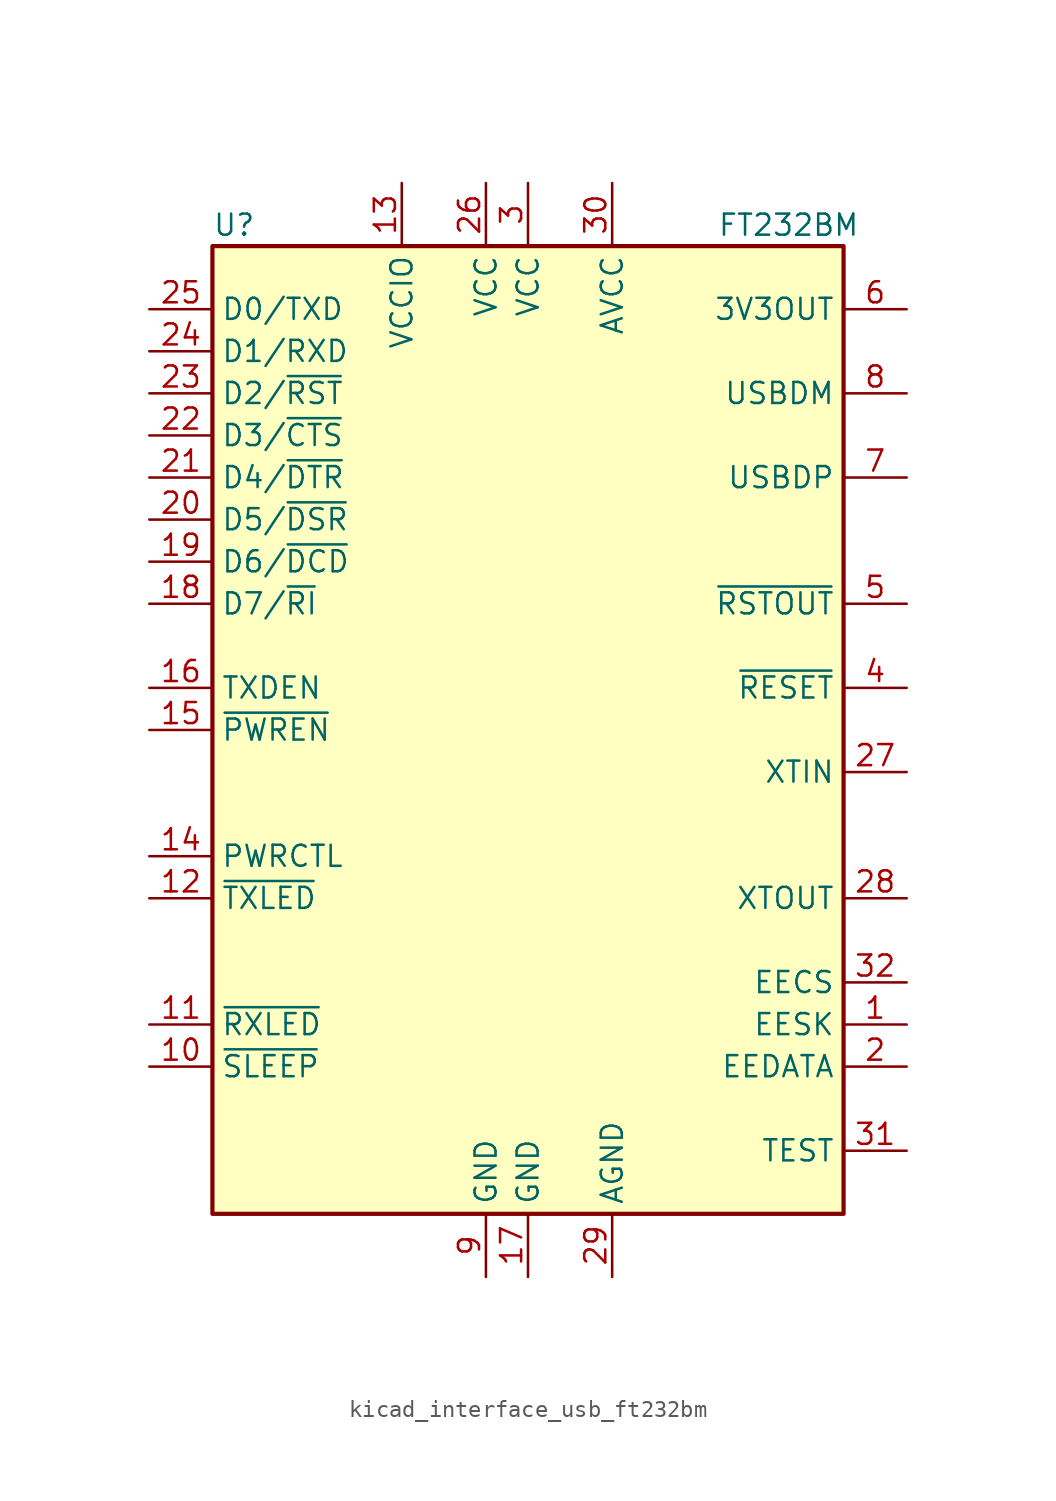
<source format=kicad_sym>
(kicad_symbol_lib
  (version 20220914)
  (generator kicad_symbol_editor)
  (symbol "kicad_interface_usb_ft232bm"
    (property "Reference" "U"
      (at -19.05 30.48 0)
      (effects (font (size 1.27 1.27)) (justify left)))
    (property "Value" "FT232BM"
      (at 11.43 30.48 0)
      (effects (font (size 1.27 1.27)) (justify left)))
    (symbol "kicad_interface_usb_ft232bm_0_1"
      (rectangle (start -19.05 29.21) (end 19.05 -29.21) (stroke (width 0.254) (type default)) (fill (type background))))
    (symbol "kicad_interface_usb_ft232bm_1_1"
      (pin output line (at 22.86 -17.78 180) (length 3.81) (name "EESK" (effects (font (size 1.27 1.27)))) (number "1" (effects (font (size 1.27 1.27)))))
      (pin output line (at -22.86 -20.32 0) (length 3.81) (name "~{SLEEP}" (effects (font (size 1.27 1.27)))) (number "10" (effects (font (size 1.27 1.27)))))
      (pin open_collector line (at -22.86 -17.78 0) (length 3.81) (name "~{RXLED}" (effects (font (size 1.27 1.27)))) (number "11" (effects (font (size 1.27 1.27)))))
      (pin open_collector line (at -22.86 -10.16 0) (length 3.81) (name "~{TXLED}" (effects (font (size 1.27 1.27)))) (number "12" (effects (font (size 1.27 1.27)))))
      (pin power_in line (at -7.62 33.02 270) (length 3.81) (name "VCCIO" (effects (font (size 1.27 1.27)))) (number "13" (effects (font (size 1.27 1.27)))))
      (pin input line (at -22.86 -7.62 0) (length 3.81) (name "PWRCTL" (effects (font (size 1.27 1.27)))) (number "14" (effects (font (size 1.27 1.27)))))
      (pin output line (at -22.86 0 0) (length 3.81) (name "~{PWREN}" (effects (font (size 1.27 1.27)))) (number "15" (effects (font (size 1.27 1.27)))))
      (pin output line (at -22.86 2.54 0) (length 3.81) (name "TXDEN" (effects (font (size 1.27 1.27)))) (number "16" (effects (font (size 1.27 1.27)))))
      (pin power_in line (at 0 -33.02 90) (length 3.81) (name "GND" (effects (font (size 1.27 1.27)))) (number "17" (effects (font (size 1.27 1.27)))))
      (pin bidirectional line (at -22.86 7.62 0) (length 3.81) (name "D7/~{RI}" (effects (font (size 1.27 1.27)))) (number "18" (effects (font (size 1.27 1.27)))))
      (pin bidirectional line (at -22.86 10.16 0) (length 3.81) (name "D6/~{DCD}" (effects (font (size 1.27 1.27)))) (number "19" (effects (font (size 1.27 1.27)))))
      (pin bidirectional line (at 22.86 -20.32 180) (length 3.81) (name "EEDATA" (effects (font (size 1.27 1.27)))) (number "2" (effects (font (size 1.27 1.27)))))
      (pin bidirectional line (at -22.86 12.7 0) (length 3.81) (name "D5/~{DSR}" (effects (font (size 1.27 1.27)))) (number "20" (effects (font (size 1.27 1.27)))))
      (pin bidirectional line (at -22.86 15.24 0) (length 3.81) (name "D4/~{DTR}" (effects (font (size 1.27 1.27)))) (number "21" (effects (font (size 1.27 1.27)))))
      (pin bidirectional line (at -22.86 17.78 0) (length 3.81) (name "D3/~{CTS}" (effects (font (size 1.27 1.27)))) (number "22" (effects (font (size 1.27 1.27)))))
      (pin bidirectional line (at -22.86 20.32 0) (length 3.81) (name "D2/~{RST}" (effects (font (size 1.27 1.27)))) (number "23" (effects (font (size 1.27 1.27)))))
      (pin bidirectional line (at -22.86 22.86 0) (length 3.81) (name "D1/RXD" (effects (font (size 1.27 1.27)))) (number "24" (effects (font (size 1.27 1.27)))))
      (pin bidirectional line (at -22.86 25.4 0) (length 3.81) (name "D0/TXD" (effects (font (size 1.27 1.27)))) (number "25" (effects (font (size 1.27 1.27)))))
      (pin power_in line (at -2.54 33.02 270) (length 3.81) (name "VCC" (effects (font (size 1.27 1.27)))) (number "26" (effects (font (size 1.27 1.27)))))
      (pin input line (at 22.86 -2.54 180) (length 3.81) (name "XTIN" (effects (font (size 1.27 1.27)))) (number "27" (effects (font (size 1.27 1.27)))))
      (pin output line (at 22.86 -10.16 180) (length 3.81) (name "XTOUT" (effects (font (size 1.27 1.27)))) (number "28" (effects (font (size 1.27 1.27)))))
      (pin power_in line (at 5.08 -33.02 90) (length 3.81) (name "AGND" (effects (font (size 1.27 1.27)))) (number "29" (effects (font (size 1.27 1.27)))))
      (pin power_in line (at 0 33.02 270) (length 3.81) (name "VCC" (effects (font (size 1.27 1.27)))) (number "3" (effects (font (size 1.27 1.27)))))
      (pin power_in line (at 5.08 33.02 270) (length 3.81) (name "AVCC" (effects (font (size 1.27 1.27)))) (number "30" (effects (font (size 1.27 1.27)))))
      (pin input line (at 22.86 -25.4 180) (length 3.81) (name "TEST" (effects (font (size 1.27 1.27)))) (number "31" (effects (font (size 1.27 1.27)))))
      (pin bidirectional line (at 22.86 -15.24 180) (length 3.81) (name "EECS" (effects (font (size 1.27 1.27)))) (number "32" (effects (font (size 1.27 1.27)))))
      (pin input line (at 22.86 2.54 180) (length 3.81) (name "~{RESET}" (effects (font (size 1.27 1.27)))) (number "4" (effects (font (size 1.27 1.27)))))
      (pin output line (at 22.86 7.62 180) (length 3.81) (name "~{RSTOUT}" (effects (font (size 1.27 1.27)))) (number "5" (effects (font (size 1.27 1.27)))))
      (pin power_out line (at 22.86 25.4 180) (length 3.81) (name "3V3OUT" (effects (font (size 1.27 1.27)))) (number "6" (effects (font (size 1.27 1.27)))))
      (pin bidirectional line (at 22.86 15.24 180) (length 3.81) (name "USBDP" (effects (font (size 1.27 1.27)))) (number "7" (effects (font (size 1.27 1.27)))))
      (pin bidirectional line (at 22.86 20.32 180) (length 3.81) (name "USBDM" (effects (font (size 1.27 1.27)))) (number "8" (effects (font (size 1.27 1.27)))))
      (pin power_in line (at -2.54 -33.02 90) (length 3.81) (name "GND" (effects (font (size 1.27 1.27)))) (number "9" (effects (font (size 1.27 1.27))))))))
</source>
